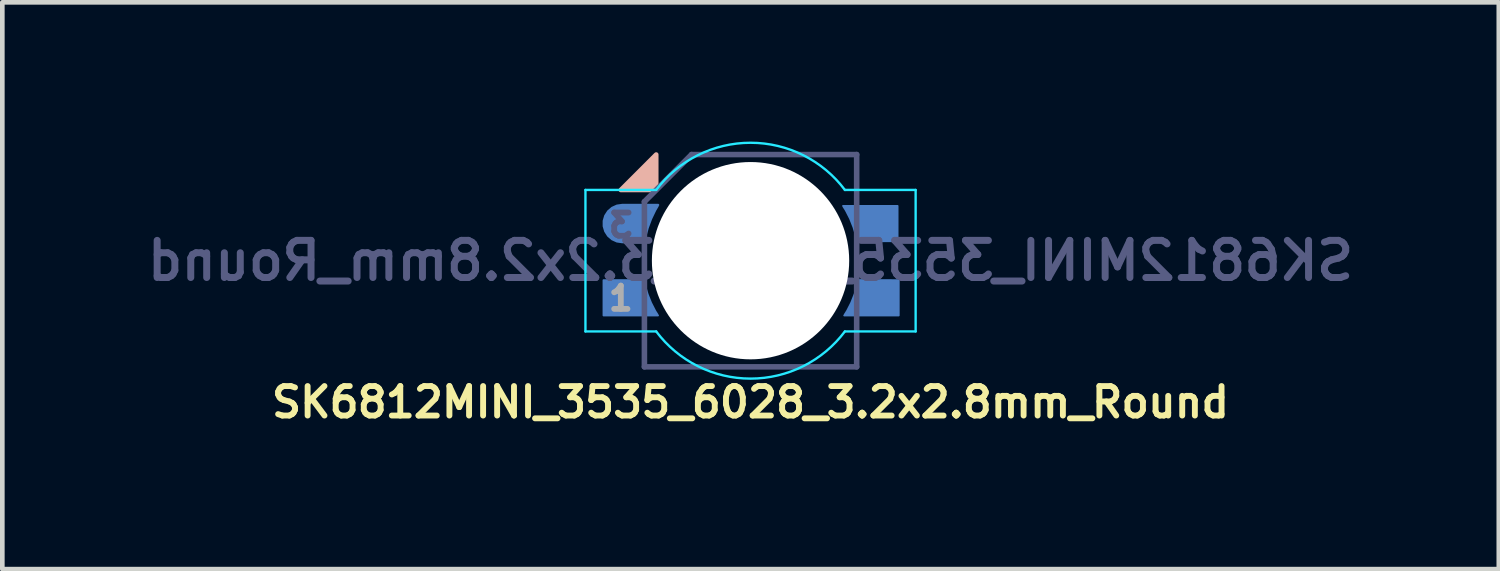
<source format=kicad_pcb>
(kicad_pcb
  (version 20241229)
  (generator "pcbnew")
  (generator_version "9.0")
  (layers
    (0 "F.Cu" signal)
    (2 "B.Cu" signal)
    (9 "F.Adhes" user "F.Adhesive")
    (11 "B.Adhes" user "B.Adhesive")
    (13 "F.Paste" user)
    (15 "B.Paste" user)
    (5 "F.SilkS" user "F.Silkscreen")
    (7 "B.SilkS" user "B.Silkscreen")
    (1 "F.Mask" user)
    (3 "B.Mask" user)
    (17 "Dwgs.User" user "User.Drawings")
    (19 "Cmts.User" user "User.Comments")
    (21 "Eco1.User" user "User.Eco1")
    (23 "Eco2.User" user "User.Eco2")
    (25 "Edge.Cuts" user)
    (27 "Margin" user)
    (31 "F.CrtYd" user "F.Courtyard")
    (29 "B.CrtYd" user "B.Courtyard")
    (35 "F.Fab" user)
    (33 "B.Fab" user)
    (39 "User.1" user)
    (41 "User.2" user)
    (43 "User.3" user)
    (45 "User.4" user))
  (footprint "SK6812MINI_3535_6028_3.2x2.8mm_Round"
    (layer "F.Cu")
    (at 13.116 2.565)
    (property "Reference" "SK6812MINI_3535_6028_3.2x2.8mm_Round" (at 0 3.048 180) (layer "F.SilkS") (effects (font (size 0.635 0.635) (thickness 0.127))))
    (attr smd)
    (fp_poly (pts (xy -2.794 -1.524) (xy -2.032 -1.524) (xy -2.032 -2.286)) (stroke (width 0.1) (type solid)) (fill yes) (layer "B.SilkS"))
    (fp_line (start -3.556 -1.524) (end -2.032 -1.524) (stroke (width 0.051) (type solid)) (layer "B.CrtYd"))
    (fp_line (start -3.556 1.524) (end -3.556 -1.524) (stroke (width 0.051) (type solid)) (layer "B.CrtYd"))
    (fp_line (start -2.032 1.524) (end -3.556 1.524) (stroke (width 0.051) (type solid)) (layer "B.CrtYd"))
    (fp_line (start 2.032 -1.524) (end 3.556 -1.524) (stroke (width 0.051) (type solid)) (layer "B.CrtYd"))
    (fp_line (start 3.556 -1.524) (end 3.556 1.524) (stroke (width 0.051) (type solid)) (layer "B.CrtYd"))
    (fp_line (start 3.556 1.524) (end 2.032 1.524) (stroke (width 0.051) (type solid)) (layer "B.CrtYd"))
    (fp_arc (start -2.031999 -1.524) (mid 0.000883 -2.539999) (end 2.033058 -1.522587) (stroke (width 0.0508) (type solid)) (layer "B.CrtYd"))
    (fp_arc (start 2.032 1.524) (mid -0.000882 2.54) (end -2.033058 1.522588) (stroke (width 0.0508) (type solid)) (layer "B.CrtYd"))
    (fp_line (start -2.286 -1.27) (end -2.286 2.286) (stroke (width 0.12) (type solid)) (layer "B.Fab"))
    (fp_line (start -2.286 2.286) (end 2.286 2.286) (stroke (width 0.12) (type solid)) (layer "B.Fab"))
    (fp_line (start -1.27 -2.286) (end -2.286 -1.27) (stroke (width 0.12) (type solid)) (layer "B.Fab"))
    (fp_line (start 2.286 -2.286) (end -1.27 -2.286) (stroke (width 0.12) (type solid)) (layer "B.Fab"))
    (fp_line (start 2.286 2.286) (end 2.286 -2.286) (stroke (width 0.12) (type solid)) (layer "B.Fab"))
    (fp_text user "${REFERENCE}" (at 0 0 0) (layer "B.Fab") (effects (font (size 0.8 0.8) (thickness 0.15)) (justify mirror)))
    (fp_text user "3" (at -2.794 -0.762 180) (layer "B.Fab") (effects (font (size 0.5 0.5) (thickness 0.125)) (justify mirror)))
    (fp_text user "1" (at -2.794 0.813 180) (layer "F.Fab") (effects (font (size 0.5 0.5) (thickness 0.125))))
    (pad "" np_thru_hole circle (at 0 0 180) (size 4.25 4.25) (drill 4.25) (layers "*.Cu" "*.Mask"))
    (pad "5V" smd custom (at 2.667 0.8 180) (size 0.5 0.5) (layers "B.Cu" "B.Mask" "B.Paste") (options (anchor circle)) (primitives (gr_arc (start 0.348406 0.36956) (mid 0.46058 -0.010521) (end 0.639831 -0.363953) (width 0.04)) (gr_line (start 0.346 0.383) (end -0.525 0.38) (width 0.04)) (gr_line (start -0.525 -0.38) (end -0.525 0.38) (width 0.04)) (gr_poly (pts (xy 0.425 0.025) (xy 0.325 0.375) (xy -0.525 0.375) (xy -0.525 -0.375) (xy 0.625 -0.375)) (width 0.04) (fill yes)) (gr_line (start 0.65 -0.38) (end -0.525 -0.38) (width 0.04))))
    (pad "DIN" smd custom (at -2.642 0.8) (size 0.5 0.5) (layers "B.Cu" "B.Mask" "B.Paste") (options (anchor circle)) (primitives (gr_arc (start 0.641866 0.367193) (mid 0.46269 0.015814) (end 0.349889 -0.362136) (width 0.04)) (gr_line (start 0.346 -0.383) (end -0.525 -0.38) (width 0.04)) (gr_line (start -0.525 0.38) (end -0.525 -0.38) (width 0.04)) (gr_poly (pts (xy 0.425 -0.025) (xy 0.625 0.375) (xy -0.525 0.375) (xy -0.525 -0.375) (xy 0.325 -0.375)) (width 0.04) (fill yes)) (gr_line (start 0.65 0.38) (end -0.525 0.38) (width 0.04))))
    (pad "DOUT" smd custom (at 2.642 -0.8 180) (size 0.5 0.5) (layers "B.Cu" "B.Mask" "B.Paste") (options (anchor circle)) (primitives (gr_arc (start 0.641866 0.367193) (mid 0.46269 0.015814) (end 0.349889 -0.362136) (width 0.04)) (gr_line (start 0.346 -0.383) (end -0.525 -0.38) (width 0.04)) (gr_line (start -0.525 0.38) (end -0.525 -0.38) (width 0.04)) (gr_poly (pts (xy 0.425 -0.025) (xy 0.625 0.375) (xy -0.525 0.375) (xy -0.525 -0.375) (xy 0.325 -0.375)) (width 0.04) (fill yes)) (gr_line (start 0.65 0.38) (end -0.525 0.38) (width 0.04))))
    (pad "GND" smd custom (at -2.565 -0.8) (size 0.5 0.5) (layers "B.Cu" "B.Mask" "B.Paste") (options (anchor circle)) (primitives (gr_poly (pts (xy 0.45 -0.2) (xy 0.35 0.025) (xy 0.3 0.25) (xy 0.25 0.4) (xy -0.175 0.4) (xy -0.175 -0.4) (xy 0.55 -0.4)) (width 0.04) (fill yes)) (gr_line (start -0.2 -0.4) (end 0.575 -0.4) (width 0.05)) (gr_arc (start 0.276411 0.392062) (mid 0.385288 -0.006003) (end 0.563261 -0.378341) (width 0.05)) (gr_arc (start -0.2 0.4) (mid -0.6 0) (end -0.2 -0.4) (width 0.05)) (gr_circle (center -0.2 0) (end 0 0) (width 0.4) (fill no)) (gr_line (start -0.2 0.4) (end 0.275 0.4) (width 0.05)))))
  (gr_rect
    (start -3 -3)
    (end 29.233 9.208)
    (stroke (width 0.1) (type default))
    (fill no)
    (layer "Edge.Cuts")))
</source>
